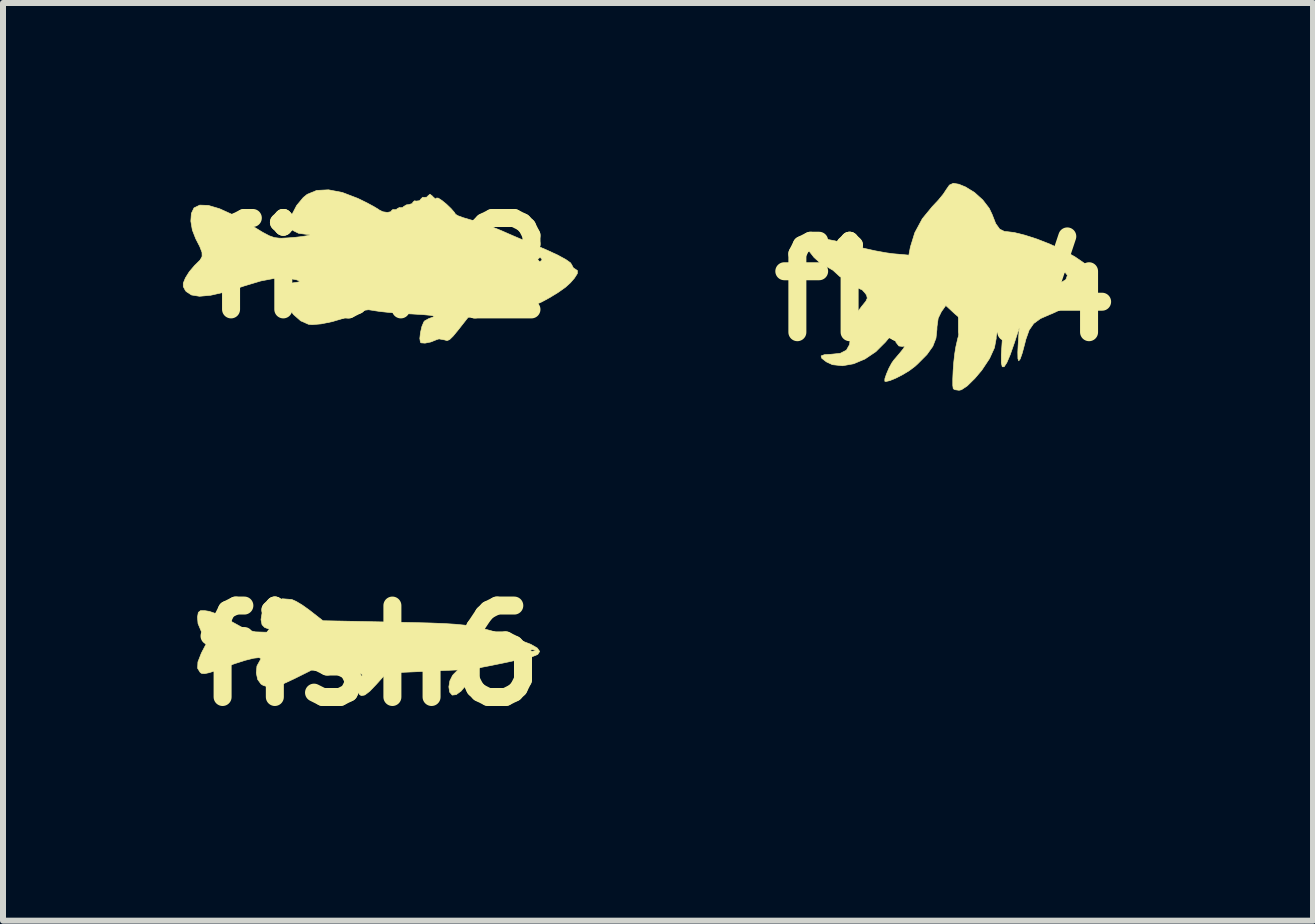
<source format=kicad_pcb>
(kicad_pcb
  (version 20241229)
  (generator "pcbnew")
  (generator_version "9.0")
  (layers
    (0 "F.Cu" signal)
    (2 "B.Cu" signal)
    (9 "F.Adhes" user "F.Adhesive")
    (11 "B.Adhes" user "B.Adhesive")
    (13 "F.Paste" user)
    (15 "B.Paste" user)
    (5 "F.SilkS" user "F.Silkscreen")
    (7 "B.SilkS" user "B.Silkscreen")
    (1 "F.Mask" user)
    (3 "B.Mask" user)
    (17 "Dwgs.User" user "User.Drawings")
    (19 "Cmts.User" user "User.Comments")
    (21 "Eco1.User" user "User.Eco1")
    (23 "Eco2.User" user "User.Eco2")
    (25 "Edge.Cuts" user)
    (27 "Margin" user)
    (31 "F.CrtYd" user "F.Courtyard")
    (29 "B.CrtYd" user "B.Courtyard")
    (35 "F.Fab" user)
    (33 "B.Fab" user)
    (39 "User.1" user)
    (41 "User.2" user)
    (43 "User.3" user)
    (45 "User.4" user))
  (footprint "fish4"
    (layer "F.Cu")
    (at 12.709 1.798)
    (property "Reference" "fish4" (at 0 0 0) (layer "F.SilkS") (effects (font (size 1.524 1.524) (thickness 0.3))))
    (attr through_hole)
    (fp_poly (pts (xy 0.225 -1.777) (xy 0.335 -1.732) (xy 0.485 -1.64) (xy 0.624 -1.514) (xy 0.731 -1.375) (xy 0.779 -1.274) (xy 0.839 -1.121) (xy 0.905 -1.029) (xy 0.984 -0.99) (xy 1.016 -0.988) (xy 1.148 -0.972) (xy 1.325 -0.928) (xy 1.527 -0.863) (xy 1.737 -0.781) (xy 1.934 -0.691) (xy 2.157 -0.569) (xy 2.316 -0.46) (xy 2.415 -0.357) (xy 2.457 -0.255) (xy 2.446 -0.149) (xy 2.402 -0.058) (xy 2.302 0.058) (xy 2.152 0.179) (xy 1.969 0.291) (xy 1.771 0.383) (xy 1.748 0.391) (xy 1.584 0.463) (xy 1.472 0.545) (xy 1.396 0.655) (xy 1.34 0.813) (xy 1.327 0.867) (xy 1.282 1.036) (xy 1.247 1.136) (xy 1.223 1.167) (xy 1.209 1.13) (xy 1.207 1.023) (xy 1.212 0.917) (xy 1.231 0.617) (xy 1.151 0.864) (xy 1.081 1.064) (xy 1.024 1.198) (xy 0.979 1.266) (xy 0.948 1.266) (xy 0.932 1.2) (xy 0.932 1.065) (xy 0.938 0.97) (xy 0.948 0.824) (xy 0.949 0.734) (xy 0.94 0.688) (xy 0.918 0.671) (xy 0.904 0.67) (xy 0.863 0.691) (xy 0.847 0.764) (xy 0.847 0.795) (xy 0.818 0.949) (xy 0.736 1.129) (xy 0.607 1.323) (xy 0.492 1.459) (xy 0.364 1.585) (xy 0.268 1.649) (xy 0.228 1.658) (xy 0.158 1.648) (xy 0.131 1.632) (xy 0.123 1.576) (xy 0.123 1.47) (xy 0.129 1.333) (xy 0.14 1.185) (xy 0.156 1.046) (xy 0.174 0.936) (xy 0.174 0.935) (xy 0.207 0.791) (xy 0.234 0.702) (xy 0.263 0.656) (xy 0.302 0.638) (xy 0.355 0.635) (xy 0.436 0.622) (xy 0.455 0.591) (xy 0.41 0.555) (xy 0.383 0.545) (xy 0.316 0.508) (xy 0.223 0.439) (xy 0.157 0.383) (xy 0.007 0.244) (xy -0.067 0.348) (xy -0.12 0.457) (xy -0.14 0.6) (xy -0.141 0.644) (xy -0.157 0.79) (xy -0.21 0.926) (xy -0.308 1.063) (xy -0.46 1.216) (xy -0.508 1.26) (xy -0.6 1.329) (xy -0.712 1.397) (xy -0.827 1.456) (xy -0.927 1.497) (xy -0.994 1.512) (xy -1.01 1.507) (xy -1.009 1.465) (xy -0.982 1.386) (xy -0.941 1.29) (xy -0.894 1.203) (xy -0.861 1.156) (xy -0.761 1.039) (xy -0.702 0.966) (xy -0.681 0.929) (xy -0.691 0.921) (xy -0.714 0.928) (xy -0.776 0.919) (xy -0.825 0.856) (xy -0.846 0.756) (xy -0.847 0.742) (xy -0.856 0.713) (xy -0.887 0.729) (xy -0.949 0.794) (xy -0.999 0.854) (xy -1.159 1.014) (xy -1.34 1.136) (xy -1.53 1.216) (xy -1.715 1.249) (xy -1.883 1.231) (xy -1.984 1.184) (xy -2.061 1.124) (xy -2.072 1.085) (xy -2.016 1.064) (xy -1.913 1.058) (xy -1.753 1.042) (xy -1.65 0.989) (xy -1.597 0.895) (xy -1.587 0.805) (xy -1.556 0.563) (xy -1.462 0.349) (xy -1.392 0.255) (xy -1.326 0.174) (xy -1.302 0.122) (xy -1.313 0.075) (xy -1.332 0.045) (xy -1.386 -0.015) (xy -1.431 -0.035) (xy -1.486 -0.062) (xy -1.525 -0.103) (xy -1.595 -0.164) (xy -1.669 -0.196) (xy -1.758 -0.237) (xy -1.776 -0.253) (xy 1.87 -0.253) (xy 1.889 -0.169) (xy 1.937 -0.144) (xy 2.001 -0.183) (xy 2.01 -0.192) (xy 2.034 -0.259) (xy 1.998 -0.305) (xy 1.938 -0.318) (xy 1.88 -0.291) (xy 1.87 -0.253) (xy -1.776 -0.253) (xy -1.812 -0.286) (xy -1.874 -0.343) (xy -1.968 -0.397) (xy -1.983 -0.404) (xy -2.09 -0.467) (xy -2.189 -0.556) (xy -2.263 -0.651) (xy -2.293 -0.734) (xy -2.293 -0.736) (xy -2.279 -0.81) (xy -2.234 -0.857) (xy -2.149 -0.876) (xy -2.02 -0.868) (xy -1.84 -0.833) (xy -1.601 -0.771) (xy -1.57 -0.763) (xy -1.375 -0.713) (xy -1.174 -0.668) (xy -0.993 -0.635) (xy -0.878 -0.619) (xy -0.609 -0.595) (xy -0.584 -0.729) (xy -0.51 -0.969) (xy -0.384 -1.203) (xy -0.219 -1.404) (xy -0.218 -1.405) (xy -0.118 -1.511) (xy -0.033 -1.615) (xy 0.014 -1.687) (xy 0.067 -1.763) (xy 0.132 -1.793) (xy 0.225 -1.777)) (stroke (width 0.01) (type solid)) (fill yes) (layer "F.SilkS")))
  (footprint "fish2"
    (layer "F.Cu")
    (at 3.269 1.418)
    (property "Reference" "fish2" (at 0 0 0) (layer "F.SilkS") (effects (font (size 1.524 1.524) (thickness 0.3))))
    (attr through_hole)
    (fp_poly (pts (xy -0.613 -1.26) (xy -0.354 -1.161) (xy -0.335 -1.152) (xy -0.201 -1.086) (xy -0.088 -1.025) (xy -0.013 -0.98) (xy 0.001 -0.969) (xy 0.063 -0.938) (xy 0.138 -0.927) (xy 0.196 -0.939) (xy 0.212 -0.962) (xy 0.233 -0.977) (xy 0.245 -0.972) (xy 0.29 -0.976) (xy 0.3 -0.988) (xy 0.341 -1.01) (xy 0.353 -1.005) (xy 0.396 -1.011) (xy 0.405 -1.022) (xy 0.455 -1.053) (xy 0.496 -1.058) (xy 0.552 -1.075) (xy 0.564 -1.097) (xy 0.59 -1.121) (xy 0.619 -1.116) (xy 0.676 -1.123) (xy 0.693 -1.147) (xy 0.728 -1.181) (xy 0.748 -1.177) (xy 0.795 -1.182) (xy 0.816 -1.204) (xy 0.848 -1.231) (xy 0.887 -1.201) (xy 0.897 -1.189) (xy 0.94 -1.151) (xy 0.96 -1.168) (xy 0.988 -1.165) (xy 1.048 -1.126) (xy 1.124 -1.064) (xy 1.198 -0.993) (xy 1.255 -0.928) (xy 1.274 -0.897) (xy 1.312 -0.873) (xy 1.401 -0.84) (xy 1.522 -0.804) (xy 1.534 -0.801) (xy 1.691 -0.755) (xy 1.873 -0.69) (xy 2.046 -0.62) (xy 2.064 -0.612) (xy 2.226 -0.541) (xy 2.397 -0.468) (xy 2.541 -0.408) (xy 2.558 -0.401) (xy 2.789 -0.303) (xy 2.976 -0.217) (xy 3.112 -0.143) (xy 3.191 -0.087) (xy 3.21 -0.057) (xy 3.239 -0.002) (xy 3.263 0.013) (xy 3.307 0.043) (xy 3.305 0.092) (xy 3.256 0.169) (xy 3.189 0.246) (xy 3.106 0.321) (xy 2.986 0.406) (xy 2.849 0.49) (xy 2.713 0.564) (xy 2.596 0.615) (xy 2.517 0.635) (xy 2.459 0.646) (xy 2.359 0.675) (xy 2.266 0.706) (xy 2.128 0.744) (xy 1.955 0.777) (xy 1.784 0.799) (xy 1.774 0.799) (xy 1.484 0.822) (xy 1.322 1.028) (xy 1.235 1.134) (xy 1.176 1.192) (xy 1.133 1.21) (xy 1.092 1.198) (xy 1.091 1.198) (xy 0.999 1.181) (xy 0.961 1.193) (xy 0.861 1.233) (xy 0.766 1.252) (xy 0.701 1.247) (xy 0.689 1.237) (xy 0.679 1.174) (xy 0.69 1.075) (xy 0.714 0.973) (xy 0.747 0.896) (xy 0.761 0.88) (xy 0.828 0.843) (xy 0.906 0.815) (xy 0.92 0.802) (xy 0.864 0.789) (xy 0.737 0.777) (xy 0.54 0.765) (xy 0.529 0.765) (xy 0.34 0.753) (xy 0.164 0.74) (xy 0.02 0.725) (xy -0.074 0.711) (xy -0.082 0.709) (xy -0.176 0.695) (xy -0.265 0.707) (xy -0.38 0.751) (xy -0.403 0.762) (xy -0.589 0.836) (xy -0.783 0.894) (xy -0.966 0.931) (xy -1.116 0.944) (xy -1.176 0.938) (xy -1.307 0.88) (xy -1.425 0.776) (xy -1.529 0.64) (xy -1.578 0.513) (xy -1.582 0.373) (xy -1.581 0.366) (xy -1.565 0.299) (xy -1.521 0.264) (xy -1.429 0.246) (xy -1.345 0.233) (xy -1.323 0.22) (xy -1.358 0.203) (xy -1.37 0.198) (xy -1.535 0.165) (xy -1.732 0.17) (xy -1.97 0.215) (xy -2.257 0.301) (xy -2.275 0.308) (xy -2.57 0.4) (xy -2.808 0.454) (xy -2.993 0.471) (xy -3.128 0.449) (xy -3.216 0.391) (xy -3.23 0.373) (xy -3.264 0.309) (xy -3.264 0.252) (xy -3.23 0.169) (xy -3.228 0.164) (xy -3.164 0.062) (xy -3.075 -0.043) (xy -3.048 -0.069) (xy -2.982 -0.135) (xy -2.978 -0.141) (xy 2.646 -0.141) (xy 2.673 -0.107) (xy 2.681 -0.106) (xy 2.715 -0.133) (xy 2.716 -0.141) (xy 2.69 -0.175) (xy 2.681 -0.176) (xy 2.647 -0.15) (xy 2.646 -0.141) (xy -2.978 -0.141) (xy -2.95 -0.194) (xy -2.952 -0.262) (xy -2.989 -0.358) (xy -3.056 -0.488) (xy -3.113 -0.634) (xy -3.138 -0.782) (xy -3.129 -0.911) (xy -3.086 -1.001) (xy -3.084 -1.003) (xy -2.989 -1.049) (xy -2.846 -1.044) (xy -2.66 -0.989) (xy -2.43 -0.885) (xy -2.16 -0.731) (xy -2.087 -0.685) (xy -1.939 -0.595) (xy -1.831 -0.538) (xy -1.746 -0.508) (xy -1.664 -0.498) (xy -1.625 -0.497) (xy -1.515 -0.503) (xy -1.4 -0.512) (xy -1.294 -0.524) (xy -1.21 -0.537) (xy -1.161 -0.549) (xy -1.162 -0.557) (xy -1.188 -0.559) (xy -1.342 -0.579) (xy -1.436 -0.626) (xy -1.477 -0.704) (xy -1.481 -0.749) (xy -1.452 -0.893) (xy -1.374 -1.043) (xy -1.264 -1.175) (xy -1.199 -1.228) (xy -1.04 -1.294) (xy -0.843 -1.304) (xy -0.613 -1.26)) (stroke (width 0.01) (type solid)) (fill yes) (layer "F.SilkS")))
  (footprint "fish6"
    (layer "F.Cu")
    (at 3.128 7.879)
    (property "Reference" "fish6" (at 0 0 0) (layer "F.SilkS") (effects (font (size 1.524 1.524) (thickness 0.3))))
    (attr through_hole)
    (fp_poly (pts (xy -1.314 -0.936) (xy -1.239 -0.903) (xy -1.132 -0.838) (xy -1.015 -0.754) (xy -1.006 -0.747) (xy -0.795 -0.582) (xy 0.387 -0.558) (xy 0.723 -0.551) (xy 0.998 -0.544) (xy 1.225 -0.535) (xy 1.415 -0.523) (xy 1.578 -0.507) (xy 1.726 -0.483) (xy 1.869 -0.452) (xy 2.018 -0.412) (xy 2.185 -0.36) (xy 2.38 -0.295) (xy 2.495 -0.256) (xy 2.672 -0.188) (xy 2.779 -0.126) (xy 2.818 -0.07) (xy 2.786 -0.02) (xy 2.686 0.021) (xy 2.622 0.036) (xy 2.517 0.058) (xy 2.374 0.088) (xy 2.24 0.117) (xy 2.093 0.147) (xy 1.953 0.175) (xy 1.859 0.193) (xy 1.769 0.217) (xy 1.711 0.266) (xy 1.661 0.361) (xy 1.66 0.364) (xy 1.591 0.49) (xy 1.509 0.59) (xy 1.427 0.65) (xy 1.36 0.658) (xy 1.317 0.608) (xy 1.304 0.52) (xy 1.321 0.42) (xy 1.365 0.331) (xy 1.38 0.313) (xy 1.455 0.238) (xy 0.86 0.264) (xy 0.265 0.29) (xy 0.094 0.48) (xy -0.015 0.594) (xy -0.095 0.655) (xy -0.152 0.668) (xy -0.188 0.647) (xy -0.21 0.584) (xy -0.208 0.49) (xy -0.185 0.398) (xy -0.158 0.352) (xy -0.14 0.327) (xy -0.146 0.309) (xy -0.186 0.295) (xy -0.269 0.285) (xy -0.406 0.275) (xy -0.545 0.267) (xy -0.986 0.242) (xy -1.273 0.385) (xy -1.456 0.47) (xy -1.594 0.515) (xy -1.701 0.523) (xy -1.789 0.497) (xy -1.827 0.474) (xy -1.883 0.397) (xy -1.906 0.287) (xy -1.895 0.173) (xy -1.85 0.091) (xy -1.826 0.049) (xy -1.861 0.033) (xy -1.95 0.043) (xy -2.087 0.077) (xy -2.266 0.134) (xy -2.396 0.182) (xy -2.568 0.245) (xy -2.687 0.283) (xy -2.765 0.3) (xy -2.814 0.297) (xy -2.839 0.283) (xy -2.884 0.211) (xy -2.879 0.106) (xy -2.823 -0.038) (xy -2.807 -0.07) (xy -2.802 -0.079) (xy 2.661 -0.079) (xy 2.696 -0.073) (xy 2.742 -0.08) (xy 2.742 -0.092) (xy 2.695 -0.1) (xy 2.674 -0.095) (xy 2.661 -0.079) (xy -2.802 -0.079) (xy -2.724 -0.229) (xy -2.765 -0.3) (xy 2.117 -0.3) (xy 2.134 -0.282) (xy 2.152 -0.3) (xy 2.134 -0.318) (xy 2.117 -0.3) (xy -2.765 -0.3) (xy -2.811 -0.377) (xy -2.877 -0.534) (xy -2.886 -0.642) (xy -2.872 -0.721) (xy -2.835 -0.75) (xy -2.759 -0.749) (xy -2.69 -0.738) (xy -2.607 -0.71) (xy -2.499 -0.662) (xy -2.354 -0.587) (xy -2.161 -0.481) (xy -2.152 -0.476) (xy -2.037 -0.422) (xy -1.918 -0.396) (xy -1.764 -0.391) (xy -1.535 -0.393) (xy -1.676 -0.436) (xy -1.767 -0.47) (xy -1.81 -0.515) (xy -1.826 -0.593) (xy -1.827 -0.603) (xy -1.806 -0.73) (xy -1.73 -0.836) (xy -1.613 -0.911) (xy -1.469 -0.948) (xy -1.314 -0.936)) (stroke (width 0.01) (type solid)) (fill yes) (layer "F.SilkS")))
  (gr_rect
    (start -3 -3)
    (end 18.837 12.297)
    (stroke (width 0.1) (type default))
    (fill no)
    (layer "Edge.Cuts")))
</source>
